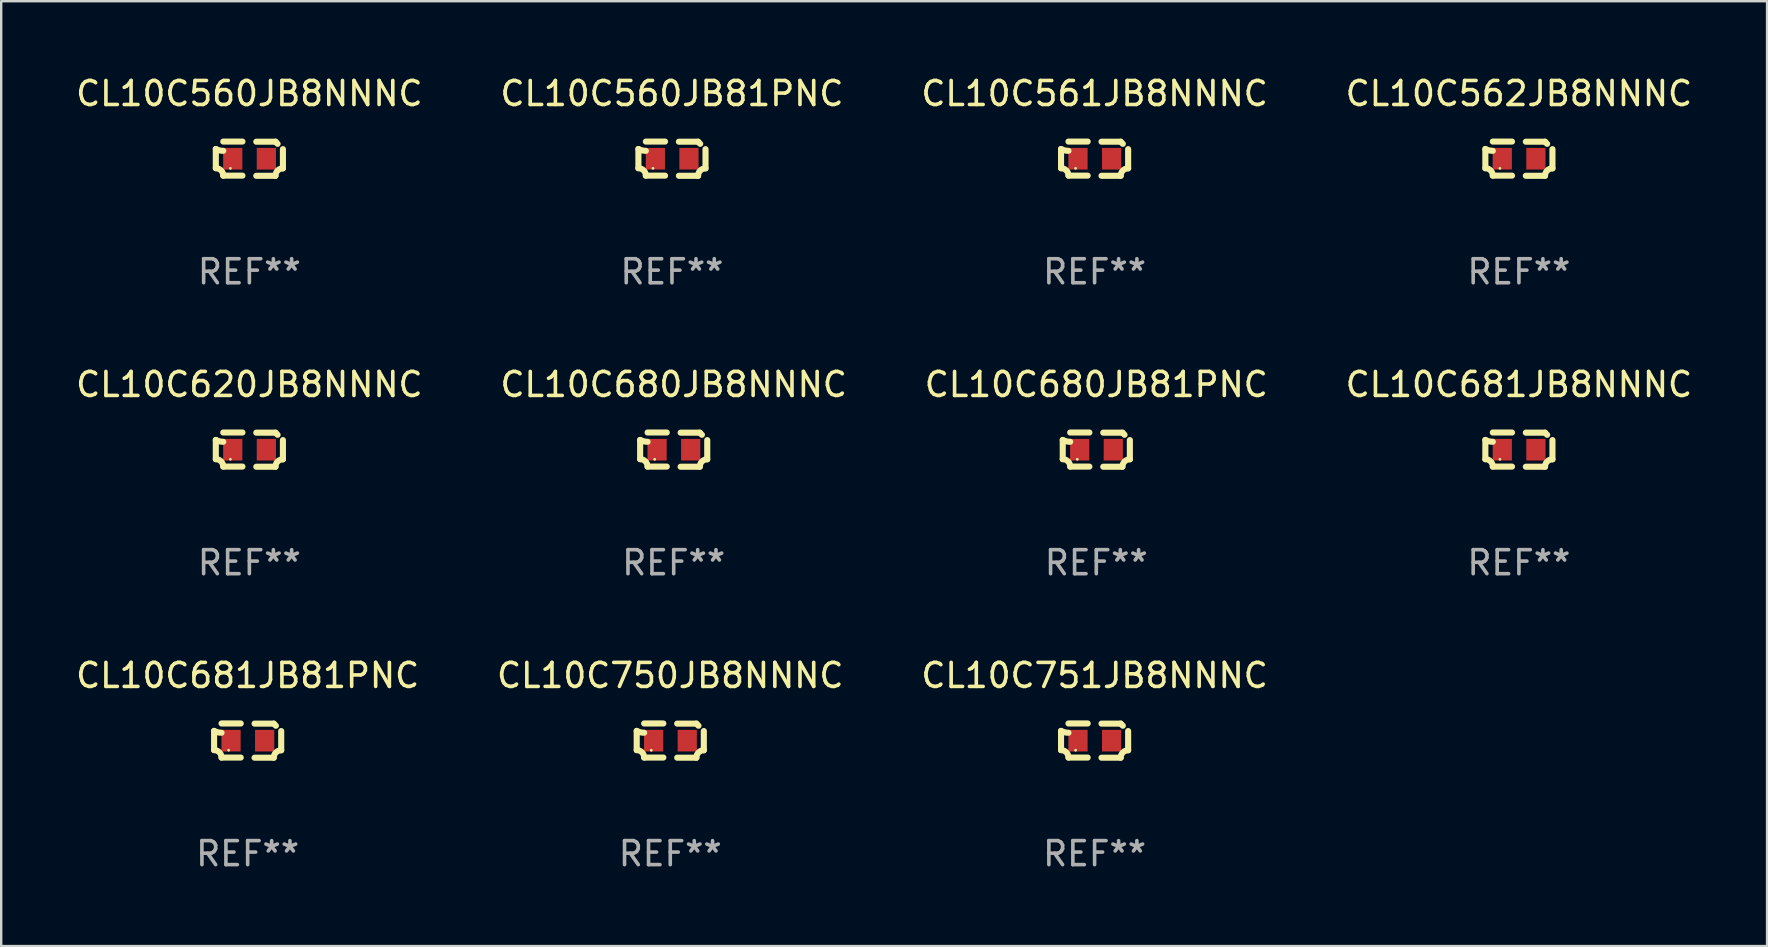
<source format=kicad_pcb>
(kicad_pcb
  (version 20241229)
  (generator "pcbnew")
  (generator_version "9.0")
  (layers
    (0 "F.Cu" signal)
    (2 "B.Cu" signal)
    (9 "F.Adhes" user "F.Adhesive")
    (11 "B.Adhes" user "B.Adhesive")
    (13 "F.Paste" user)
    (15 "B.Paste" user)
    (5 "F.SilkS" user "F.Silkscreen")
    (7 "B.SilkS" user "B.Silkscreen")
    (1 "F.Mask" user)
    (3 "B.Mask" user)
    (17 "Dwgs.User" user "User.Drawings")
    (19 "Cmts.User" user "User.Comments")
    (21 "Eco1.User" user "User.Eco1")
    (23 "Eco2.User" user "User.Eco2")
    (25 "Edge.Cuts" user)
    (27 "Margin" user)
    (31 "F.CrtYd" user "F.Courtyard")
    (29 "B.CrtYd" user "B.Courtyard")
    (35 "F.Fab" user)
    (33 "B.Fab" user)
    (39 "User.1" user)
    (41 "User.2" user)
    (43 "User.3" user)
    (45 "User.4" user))
  (footprint "CL10C561JB8NNNC"
    (layer "F.Cu")
    (at 42.554 3.561)
    (property "Reference" "CL10C561JB8NNNC" (at 0 -2.713 0) (layer "F.SilkS") (effects (font (size 1 1) (thickness 0.15))))
    (attr through_hole)
    (fp_line (start -1.398 -0.403) (end -1.398 0.397) (stroke (width 0.254) (type solid)) (layer "F.SilkS"))
    (fp_line (start -0.288 -0.713) (end -1.088 -0.713) (stroke (width 0.254) (type solid)) (layer "F.SilkS"))
    (fp_line (start -0.288 0.707) (end -1.088 0.707) (stroke (width 0.254) (type solid)) (layer "F.SilkS"))
    (fp_line (start 0.288 -0.707) (end 1.088 -0.707) (stroke (width 0.254) (type solid)) (layer "F.SilkS"))
    (fp_line (start 0.288 0.713) (end 1.088 0.713) (stroke (width 0.254) (type solid)) (layer "F.SilkS"))
    (fp_line (start 1.398 -0.397) (end 1.398 0.403) (stroke (width 0.254) (type solid)) (layer "F.SilkS"))
    (fp_arc (start -1.397789 0.397066) (mid -1.178701 0.487826) (end -1.08796 0.706922) (stroke (width 0.254001) (type solid)) (layer "F.SilkS"))
    (fp_arc (start -1.08796 -0.327176) (mid -1.247436 -0.346384) (end -1.39779 -0.402908) (stroke (width 0.254001) (type solid)) (layer "F.SilkS"))
    (fp_arc (start 1.087909 0.712738) (mid 1.178656 0.493655) (end 1.397739 0.402908) (stroke (width 0.254001) (type solid)) (layer "F.SilkS"))
    (fp_arc (start 1.175925 -0.618926) (mid 1.131917 -0.662923) (end 1.08791 -0.706922) (stroke (width 0.254001) (type solid)) (layer "F.SilkS"))
    (fp_circle (center -0.792 0.403) (end -0.762 0.403) (stroke (width 0.06) (type solid)) (fill no) (layer "F.SilkS"))
    (fp_text user "REF**" (at 0 4.713 0) (layer "F.Fab") (effects (font (size 1 1) (thickness 0.15))))
    (pad "1" smd rect (at -0.692 0.003) (size 0.8 0.9) (layers "F.Cu" "F.Mask" "F.Paste"))
    (pad "2" smd rect (at 0.708 0.003) (size 0.8 0.9) (layers "F.Cu" "F.Mask" "F.Paste")))
  (footprint "CL10C560JB81PNC"
    (layer "F.Cu")
    (at 24.946 3.561)
    (property "Reference" "CL10C560JB81PNC" (at 0 -2.713 0) (layer "F.SilkS") (effects (font (size 1 1) (thickness 0.15))))
    (attr through_hole)
    (fp_line (start -1.398 -0.403) (end -1.398 0.397) (stroke (width 0.254) (type solid)) (layer "F.SilkS"))
    (fp_line (start -0.288 -0.713) (end -1.088 -0.713) (stroke (width 0.254) (type solid)) (layer "F.SilkS"))
    (fp_line (start -0.288 0.707) (end -1.088 0.707) (stroke (width 0.254) (type solid)) (layer "F.SilkS"))
    (fp_line (start 0.288 -0.707) (end 1.088 -0.707) (stroke (width 0.254) (type solid)) (layer "F.SilkS"))
    (fp_line (start 0.288 0.713) (end 1.088 0.713) (stroke (width 0.254) (type solid)) (layer "F.SilkS"))
    (fp_line (start 1.398 -0.397) (end 1.398 0.403) (stroke (width 0.254) (type solid)) (layer "F.SilkS"))
    (fp_arc (start -1.397789 0.397066) (mid -1.178701 0.487826) (end -1.08796 0.706922) (stroke (width 0.254001) (type solid)) (layer "F.SilkS"))
    (fp_arc (start -1.08796 -0.327176) (mid -1.247436 -0.346384) (end -1.39779 -0.402908) (stroke (width 0.254001) (type solid)) (layer "F.SilkS"))
    (fp_arc (start 1.087909 0.712738) (mid 1.178656 0.493655) (end 1.397739 0.402908) (stroke (width 0.254001) (type solid)) (layer "F.SilkS"))
    (fp_arc (start 1.175925 -0.618926) (mid 1.131917 -0.662923) (end 1.08791 -0.706922) (stroke (width 0.254001) (type solid)) (layer "F.SilkS"))
    (fp_circle (center -0.792 0.403) (end -0.762 0.403) (stroke (width 0.06) (type solid)) (fill no) (layer "F.SilkS"))
    (fp_text user "REF**" (at 0 4.713 0) (layer "F.Fab") (effects (font (size 1 1) (thickness 0.15))))
    (pad "1" smd rect (at -0.692 0.003) (size 0.8 0.9) (layers "F.Cu" "F.Mask" "F.Paste"))
    (pad "2" smd rect (at 0.708 0.003) (size 0.8 0.9) (layers "F.Cu" "F.Mask" "F.Paste")))
  (footprint "CL10C562JB8NNNC"
    (layer "F.Cu")
    (at 60.232 3.561)
    (property "Reference" "CL10C562JB8NNNC" (at 0 -2.713 0) (layer "F.SilkS") (effects (font (size 1 1) (thickness 0.15))))
    (attr through_hole)
    (fp_line (start -1.398 -0.403) (end -1.398 0.397) (stroke (width 0.254) (type solid)) (layer "F.SilkS"))
    (fp_line (start -0.288 -0.713) (end -1.088 -0.713) (stroke (width 0.254) (type solid)) (layer "F.SilkS"))
    (fp_line (start -0.288 0.707) (end -1.088 0.707) (stroke (width 0.254) (type solid)) (layer "F.SilkS"))
    (fp_line (start 0.288 -0.707) (end 1.088 -0.707) (stroke (width 0.254) (type solid)) (layer "F.SilkS"))
    (fp_line (start 0.288 0.713) (end 1.088 0.713) (stroke (width 0.254) (type solid)) (layer "F.SilkS"))
    (fp_line (start 1.398 -0.397) (end 1.398 0.403) (stroke (width 0.254) (type solid)) (layer "F.SilkS"))
    (fp_arc (start -1.397789 0.397066) (mid -1.178701 0.487826) (end -1.08796 0.706922) (stroke (width 0.254001) (type solid)) (layer "F.SilkS"))
    (fp_arc (start -1.08796 -0.327176) (mid -1.247436 -0.346384) (end -1.39779 -0.402908) (stroke (width 0.254001) (type solid)) (layer "F.SilkS"))
    (fp_arc (start 1.087909 0.712738) (mid 1.178656 0.493655) (end 1.397739 0.402908) (stroke (width 0.254001) (type solid)) (layer "F.SilkS"))
    (fp_arc (start 1.175925 -0.618926) (mid 1.131917 -0.662923) (end 1.08791 -0.706922) (stroke (width 0.254001) (type solid)) (layer "F.SilkS"))
    (fp_circle (center -0.792 0.403) (end -0.762 0.403) (stroke (width 0.06) (type solid)) (fill no) (layer "F.SilkS"))
    (fp_text user "REF**" (at 0 4.713 0) (layer "F.Fab") (effects (font (size 1 1) (thickness 0.15))))
    (pad "1" smd rect (at -0.692 0.003) (size 0.8 0.9) (layers "F.Cu" "F.Mask" "F.Paste"))
    (pad "2" smd rect (at 0.708 0.003) (size 0.8 0.9) (layers "F.Cu" "F.Mask" "F.Paste")))
  (footprint "CL10C681JB8NNNC"
    (layer "F.Cu")
    (at 60.232 15.683)
    (property "Reference" "CL10C681JB8NNNC" (at 0 -2.713 0) (layer "F.SilkS") (effects (font (size 1 1) (thickness 0.15))))
    (attr through_hole)
    (fp_line (start -1.398 -0.403) (end -1.398 0.397) (stroke (width 0.254) (type solid)) (layer "F.SilkS"))
    (fp_line (start -0.288 -0.713) (end -1.088 -0.713) (stroke (width 0.254) (type solid)) (layer "F.SilkS"))
    (fp_line (start -0.288 0.707) (end -1.088 0.707) (stroke (width 0.254) (type solid)) (layer "F.SilkS"))
    (fp_line (start 0.288 -0.707) (end 1.088 -0.707) (stroke (width 0.254) (type solid)) (layer "F.SilkS"))
    (fp_line (start 0.288 0.713) (end 1.088 0.713) (stroke (width 0.254) (type solid)) (layer "F.SilkS"))
    (fp_line (start 1.398 -0.397) (end 1.398 0.403) (stroke (width 0.254) (type solid)) (layer "F.SilkS"))
    (fp_arc (start -1.397789 0.397066) (mid -1.178701 0.487826) (end -1.08796 0.706922) (stroke (width 0.254001) (type solid)) (layer "F.SilkS"))
    (fp_arc (start -1.08796 -0.327176) (mid -1.247436 -0.346384) (end -1.39779 -0.402908) (stroke (width 0.254001) (type solid)) (layer "F.SilkS"))
    (fp_arc (start 1.087909 0.712738) (mid 1.178656 0.493655) (end 1.397739 0.402908) (stroke (width 0.254001) (type solid)) (layer "F.SilkS"))
    (fp_arc (start 1.175925 -0.618926) (mid 1.131917 -0.662923) (end 1.08791 -0.706922) (stroke (width 0.254001) (type solid)) (layer "F.SilkS"))
    (fp_circle (center -0.792 0.403) (end -0.762 0.403) (stroke (width 0.06) (type solid)) (fill no) (layer "F.SilkS"))
    (fp_text user "REF**" (at 0 4.713 0) (layer "F.Fab") (effects (font (size 1 1) (thickness 0.15))))
    (pad "1" smd rect (at -0.692 0.003) (size 0.8 0.9) (layers "F.Cu" "F.Mask" "F.Paste"))
    (pad "2" smd rect (at 0.708 0.003) (size 0.8 0.9) (layers "F.Cu" "F.Mask" "F.Paste")))
  (footprint "CL10C680JB8NNNC"
    (layer "F.Cu")
    (at 25.018 15.683)
    (property "Reference" "CL10C680JB8NNNC" (at 0 -2.713 0) (layer "F.SilkS") (effects (font (size 1 1) (thickness 0.15))))
    (attr through_hole)
    (fp_line (start -1.398 -0.403) (end -1.398 0.397) (stroke (width 0.254) (type solid)) (layer "F.SilkS"))
    (fp_line (start -0.288 -0.713) (end -1.088 -0.713) (stroke (width 0.254) (type solid)) (layer "F.SilkS"))
    (fp_line (start -0.288 0.707) (end -1.088 0.707) (stroke (width 0.254) (type solid)) (layer "F.SilkS"))
    (fp_line (start 0.288 -0.707) (end 1.088 -0.707) (stroke (width 0.254) (type solid)) (layer "F.SilkS"))
    (fp_line (start 0.288 0.713) (end 1.088 0.713) (stroke (width 0.254) (type solid)) (layer "F.SilkS"))
    (fp_line (start 1.398 -0.397) (end 1.398 0.403) (stroke (width 0.254) (type solid)) (layer "F.SilkS"))
    (fp_arc (start -1.397789 0.397066) (mid -1.178701 0.487826) (end -1.08796 0.706922) (stroke (width 0.254001) (type solid)) (layer "F.SilkS"))
    (fp_arc (start -1.08796 -0.327176) (mid -1.247436 -0.346384) (end -1.39779 -0.402908) (stroke (width 0.254001) (type solid)) (layer "F.SilkS"))
    (fp_arc (start 1.087909 0.712738) (mid 1.178656 0.493655) (end 1.397739 0.402908) (stroke (width 0.254001) (type solid)) (layer "F.SilkS"))
    (fp_arc (start 1.175925 -0.618926) (mid 1.131917 -0.662923) (end 1.08791 -0.706922) (stroke (width 0.254001) (type solid)) (layer "F.SilkS"))
    (fp_circle (center -0.792 0.403) (end -0.762 0.403) (stroke (width 0.06) (type solid)) (fill no) (layer "F.SilkS"))
    (fp_text user "REF**" (at 0 4.713 0) (layer "F.Fab") (effects (font (size 1 1) (thickness 0.15))))
    (pad "1" smd rect (at -0.692 0.003) (size 0.8 0.9) (layers "F.Cu" "F.Mask" "F.Paste"))
    (pad "2" smd rect (at 0.708 0.003) (size 0.8 0.9) (layers "F.Cu" "F.Mask" "F.Paste")))
  (footprint "CL10C681JB81PNC"
    (layer "F.Cu")
    (at 7.268 27.805)
    (property "Reference" "CL10C681JB81PNC" (at 0 -2.713 0) (layer "F.SilkS") (effects (font (size 1 1) (thickness 0.15))))
    (attr through_hole)
    (fp_line (start -1.398 -0.403) (end -1.398 0.397) (stroke (width 0.254) (type solid)) (layer "F.SilkS"))
    (fp_line (start -0.288 -0.713) (end -1.088 -0.713) (stroke (width 0.254) (type solid)) (layer "F.SilkS"))
    (fp_line (start -0.288 0.707) (end -1.088 0.707) (stroke (width 0.254) (type solid)) (layer "F.SilkS"))
    (fp_line (start 0.288 -0.707) (end 1.088 -0.707) (stroke (width 0.254) (type solid)) (layer "F.SilkS"))
    (fp_line (start 0.288 0.713) (end 1.088 0.713) (stroke (width 0.254) (type solid)) (layer "F.SilkS"))
    (fp_line (start 1.398 -0.397) (end 1.398 0.403) (stroke (width 0.254) (type solid)) (layer "F.SilkS"))
    (fp_arc (start -1.397789 0.397066) (mid -1.178701 0.487826) (end -1.08796 0.706922) (stroke (width 0.254001) (type solid)) (layer "F.SilkS"))
    (fp_arc (start -1.08796 -0.327176) (mid -1.247436 -0.346384) (end -1.39779 -0.402908) (stroke (width 0.254001) (type solid)) (layer "F.SilkS"))
    (fp_arc (start 1.087909 0.712738) (mid 1.178656 0.493655) (end 1.397739 0.402908) (stroke (width 0.254001) (type solid)) (layer "F.SilkS"))
    (fp_arc (start 1.175925 -0.618926) (mid 1.131917 -0.662923) (end 1.08791 -0.706922) (stroke (width 0.254001) (type solid)) (layer "F.SilkS"))
    (fp_circle (center -0.792 0.403) (end -0.762 0.403) (stroke (width 0.06) (type solid)) (fill no) (layer "F.SilkS"))
    (fp_text user "REF**" (at 0 4.713 0) (layer "F.Fab") (effects (font (size 1 1) (thickness 0.15))))
    (pad "1" smd rect (at -0.692 0.003) (size 0.8 0.9) (layers "F.Cu" "F.Mask" "F.Paste"))
    (pad "2" smd rect (at 0.708 0.003) (size 0.8 0.9) (layers "F.Cu" "F.Mask" "F.Paste")))
  (footprint "CL10C680JB81PNC"
    (layer "F.Cu")
    (at 42.625 15.683)
    (property "Reference" "CL10C680JB81PNC" (at 0 -2.713 0) (layer "F.SilkS") (effects (font (size 1 1) (thickness 0.15))))
    (attr through_hole)
    (fp_line (start -1.398 -0.403) (end -1.398 0.397) (stroke (width 0.254) (type solid)) (layer "F.SilkS"))
    (fp_line (start -0.288 -0.713) (end -1.088 -0.713) (stroke (width 0.254) (type solid)) (layer "F.SilkS"))
    (fp_line (start -0.288 0.707) (end -1.088 0.707) (stroke (width 0.254) (type solid)) (layer "F.SilkS"))
    (fp_line (start 0.288 -0.707) (end 1.088 -0.707) (stroke (width 0.254) (type solid)) (layer "F.SilkS"))
    (fp_line (start 0.288 0.713) (end 1.088 0.713) (stroke (width 0.254) (type solid)) (layer "F.SilkS"))
    (fp_line (start 1.398 -0.397) (end 1.398 0.403) (stroke (width 0.254) (type solid)) (layer "F.SilkS"))
    (fp_arc (start -1.397789 0.397066) (mid -1.178701 0.487826) (end -1.08796 0.706922) (stroke (width 0.254001) (type solid)) (layer "F.SilkS"))
    (fp_arc (start -1.08796 -0.327176) (mid -1.247436 -0.346384) (end -1.39779 -0.402908) (stroke (width 0.254001) (type solid)) (layer "F.SilkS"))
    (fp_arc (start 1.087909 0.712738) (mid 1.178656 0.493655) (end 1.397739 0.402908) (stroke (width 0.254001) (type solid)) (layer "F.SilkS"))
    (fp_arc (start 1.175925 -0.618926) (mid 1.131917 -0.662923) (end 1.08791 -0.706922) (stroke (width 0.254001) (type solid)) (layer "F.SilkS"))
    (fp_circle (center -0.792 0.403) (end -0.762 0.403) (stroke (width 0.06) (type solid)) (fill no) (layer "F.SilkS"))
    (fp_text user "REF**" (at 0 4.713 0) (layer "F.Fab") (effects (font (size 1 1) (thickness 0.15))))
    (pad "1" smd rect (at -0.692 0.003) (size 0.8 0.9) (layers "F.Cu" "F.Mask" "F.Paste"))
    (pad "2" smd rect (at 0.708 0.003) (size 0.8 0.9) (layers "F.Cu" "F.Mask" "F.Paste")))
  (footprint "CL10C560JB8NNNC"
    (layer "F.Cu")
    (at 7.339 3.561)
    (property "Reference" "CL10C560JB8NNNC" (at 0 -2.713 0) (layer "F.SilkS") (effects (font (size 1 1) (thickness 0.15))))
    (attr through_hole)
    (fp_line (start -1.398 -0.403) (end -1.398 0.397) (stroke (width 0.254) (type solid)) (layer "F.SilkS"))
    (fp_line (start -0.288 -0.713) (end -1.088 -0.713) (stroke (width 0.254) (type solid)) (layer "F.SilkS"))
    (fp_line (start -0.288 0.707) (end -1.088 0.707) (stroke (width 0.254) (type solid)) (layer "F.SilkS"))
    (fp_line (start 0.288 -0.707) (end 1.088 -0.707) (stroke (width 0.254) (type solid)) (layer "F.SilkS"))
    (fp_line (start 0.288 0.713) (end 1.088 0.713) (stroke (width 0.254) (type solid)) (layer "F.SilkS"))
    (fp_line (start 1.398 -0.397) (end 1.398 0.403) (stroke (width 0.254) (type solid)) (layer "F.SilkS"))
    (fp_arc (start -1.397789 0.397066) (mid -1.178701 0.487826) (end -1.08796 0.706922) (stroke (width 0.254001) (type solid)) (layer "F.SilkS"))
    (fp_arc (start -1.08796 -0.327176) (mid -1.247436 -0.346384) (end -1.39779 -0.402908) (stroke (width 0.254001) (type solid)) (layer "F.SilkS"))
    (fp_arc (start 1.087909 0.712738) (mid 1.178656 0.493655) (end 1.397739 0.402908) (stroke (width 0.254001) (type solid)) (layer "F.SilkS"))
    (fp_arc (start 1.175925 -0.618926) (mid 1.131917 -0.662923) (end 1.08791 -0.706922) (stroke (width 0.254001) (type solid)) (layer "F.SilkS"))
    (fp_circle (center -0.792 0.403) (end -0.762 0.403) (stroke (width 0.06) (type solid)) (fill no) (layer "F.SilkS"))
    (fp_text user "REF**" (at 0 4.713 0) (layer "F.Fab") (effects (font (size 1 1) (thickness 0.15))))
    (pad "1" smd rect (at -0.692 0.003) (size 0.8 0.9) (layers "F.Cu" "F.Mask" "F.Paste"))
    (pad "2" smd rect (at 0.708 0.003) (size 0.8 0.9) (layers "F.Cu" "F.Mask" "F.Paste")))
  (footprint "CL10C620JB8NNNC"
    (layer "F.Cu")
    (at 7.339 15.683)
    (property "Reference" "CL10C620JB8NNNC" (at 0 -2.713 0) (layer "F.SilkS") (effects (font (size 1 1) (thickness 0.15))))
    (attr through_hole)
    (fp_line (start -1.398 -0.403) (end -1.398 0.397) (stroke (width 0.254) (type solid)) (layer "F.SilkS"))
    (fp_line (start -0.288 -0.713) (end -1.088 -0.713) (stroke (width 0.254) (type solid)) (layer "F.SilkS"))
    (fp_line (start -0.288 0.707) (end -1.088 0.707) (stroke (width 0.254) (type solid)) (layer "F.SilkS"))
    (fp_line (start 0.288 -0.707) (end 1.088 -0.707) (stroke (width 0.254) (type solid)) (layer "F.SilkS"))
    (fp_line (start 0.288 0.713) (end 1.088 0.713) (stroke (width 0.254) (type solid)) (layer "F.SilkS"))
    (fp_line (start 1.398 -0.397) (end 1.398 0.403) (stroke (width 0.254) (type solid)) (layer "F.SilkS"))
    (fp_arc (start -1.397789 0.397066) (mid -1.178701 0.487826) (end -1.08796 0.706922) (stroke (width 0.254001) (type solid)) (layer "F.SilkS"))
    (fp_arc (start -1.08796 -0.327176) (mid -1.247436 -0.346384) (end -1.39779 -0.402908) (stroke (width 0.254001) (type solid)) (layer "F.SilkS"))
    (fp_arc (start 1.087909 0.712738) (mid 1.178656 0.493655) (end 1.397739 0.402908) (stroke (width 0.254001) (type solid)) (layer "F.SilkS"))
    (fp_arc (start 1.175925 -0.618926) (mid 1.131917 -0.662923) (end 1.08791 -0.706922) (stroke (width 0.254001) (type solid)) (layer "F.SilkS"))
    (fp_circle (center -0.792 0.403) (end -0.762 0.403) (stroke (width 0.06) (type solid)) (fill no) (layer "F.SilkS"))
    (fp_text user "REF**" (at 0 4.713 0) (layer "F.Fab") (effects (font (size 1 1) (thickness 0.15))))
    (pad "1" smd rect (at -0.692 0.003) (size 0.8 0.9) (layers "F.Cu" "F.Mask" "F.Paste"))
    (pad "2" smd rect (at 0.708 0.003) (size 0.8 0.9) (layers "F.Cu" "F.Mask" "F.Paste")))
  (footprint "CL10C751JB8NNNC"
    (layer "F.Cu")
    (at 42.554 27.805)
    (property "Reference" "CL10C751JB8NNNC" (at 0 -2.713 0) (layer "F.SilkS") (effects (font (size 1 1) (thickness 0.15))))
    (attr through_hole)
    (fp_line (start -1.398 -0.403) (end -1.398 0.397) (stroke (width 0.254) (type solid)) (layer "F.SilkS"))
    (fp_line (start -0.288 -0.713) (end -1.088 -0.713) (stroke (width 0.254) (type solid)) (layer "F.SilkS"))
    (fp_line (start -0.288 0.707) (end -1.088 0.707) (stroke (width 0.254) (type solid)) (layer "F.SilkS"))
    (fp_line (start 0.288 -0.707) (end 1.088 -0.707) (stroke (width 0.254) (type solid)) (layer "F.SilkS"))
    (fp_line (start 0.288 0.713) (end 1.088 0.713) (stroke (width 0.254) (type solid)) (layer "F.SilkS"))
    (fp_line (start 1.398 -0.397) (end 1.398 0.403) (stroke (width 0.254) (type solid)) (layer "F.SilkS"))
    (fp_arc (start -1.397789 0.397066) (mid -1.178701 0.487826) (end -1.08796 0.706922) (stroke (width 0.254001) (type solid)) (layer "F.SilkS"))
    (fp_arc (start -1.08796 -0.327176) (mid -1.247436 -0.346384) (end -1.39779 -0.402908) (stroke (width 0.254001) (type solid)) (layer "F.SilkS"))
    (fp_arc (start 1.087909 0.712738) (mid 1.178656 0.493655) (end 1.397739 0.402908) (stroke (width 0.254001) (type solid)) (layer "F.SilkS"))
    (fp_arc (start 1.175925 -0.618926) (mid 1.131917 -0.662923) (end 1.08791 -0.706922) (stroke (width 0.254001) (type solid)) (layer "F.SilkS"))
    (fp_circle (center -0.792 0.403) (end -0.762 0.403) (stroke (width 0.06) (type solid)) (fill no) (layer "F.SilkS"))
    (fp_text user "REF**" (at 0 4.713 0) (layer "F.Fab") (effects (font (size 1 1) (thickness 0.15))))
    (pad "1" smd rect (at -0.692 0.003) (size 0.8 0.9) (layers "F.Cu" "F.Mask" "F.Paste"))
    (pad "2" smd rect (at 0.708 0.003) (size 0.8 0.9) (layers "F.Cu" "F.Mask" "F.Paste")))
  (footprint "CL10C750JB8NNNC"
    (layer "F.Cu")
    (at 24.875 27.805)
    (property "Reference" "CL10C750JB8NNNC" (at 0 -2.713 0) (layer "F.SilkS") (effects (font (size 1 1) (thickness 0.15))))
    (attr through_hole)
    (fp_line (start -1.398 -0.403) (end -1.398 0.397) (stroke (width 0.254) (type solid)) (layer "F.SilkS"))
    (fp_line (start -0.288 -0.713) (end -1.088 -0.713) (stroke (width 0.254) (type solid)) (layer "F.SilkS"))
    (fp_line (start -0.288 0.707) (end -1.088 0.707) (stroke (width 0.254) (type solid)) (layer "F.SilkS"))
    (fp_line (start 0.288 -0.707) (end 1.088 -0.707) (stroke (width 0.254) (type solid)) (layer "F.SilkS"))
    (fp_line (start 0.288 0.713) (end 1.088 0.713) (stroke (width 0.254) (type solid)) (layer "F.SilkS"))
    (fp_line (start 1.398 -0.397) (end 1.398 0.403) (stroke (width 0.254) (type solid)) (layer "F.SilkS"))
    (fp_arc (start -1.397789 0.397066) (mid -1.178701 0.487826) (end -1.08796 0.706922) (stroke (width 0.254001) (type solid)) (layer "F.SilkS"))
    (fp_arc (start -1.08796 -0.327176) (mid -1.247436 -0.346384) (end -1.39779 -0.402908) (stroke (width 0.254001) (type solid)) (layer "F.SilkS"))
    (fp_arc (start 1.087909 0.712738) (mid 1.178656 0.493655) (end 1.397739 0.402908) (stroke (width 0.254001) (type solid)) (layer "F.SilkS"))
    (fp_arc (start 1.175925 -0.618926) (mid 1.131917 -0.662923) (end 1.08791 -0.706922) (stroke (width 0.254001) (type solid)) (layer "F.SilkS"))
    (fp_circle (center -0.792 0.403) (end -0.762 0.403) (stroke (width 0.06) (type solid)) (fill no) (layer "F.SilkS"))
    (fp_text user "REF**" (at 0 4.713 0) (layer "F.Fab") (effects (font (size 1 1) (thickness 0.15))))
    (pad "1" smd rect (at -0.692 0.003) (size 0.8 0.9) (layers "F.Cu" "F.Mask" "F.Paste"))
    (pad "2" smd rect (at 0.708 0.003) (size 0.8 0.9) (layers "F.Cu" "F.Mask" "F.Paste")))
  (gr_rect
    (start -3 -3)
    (end 70.571 36.366)
    (stroke (width 0.1) (type default))
    (fill no)
    (layer "Edge.Cuts")))
</source>
